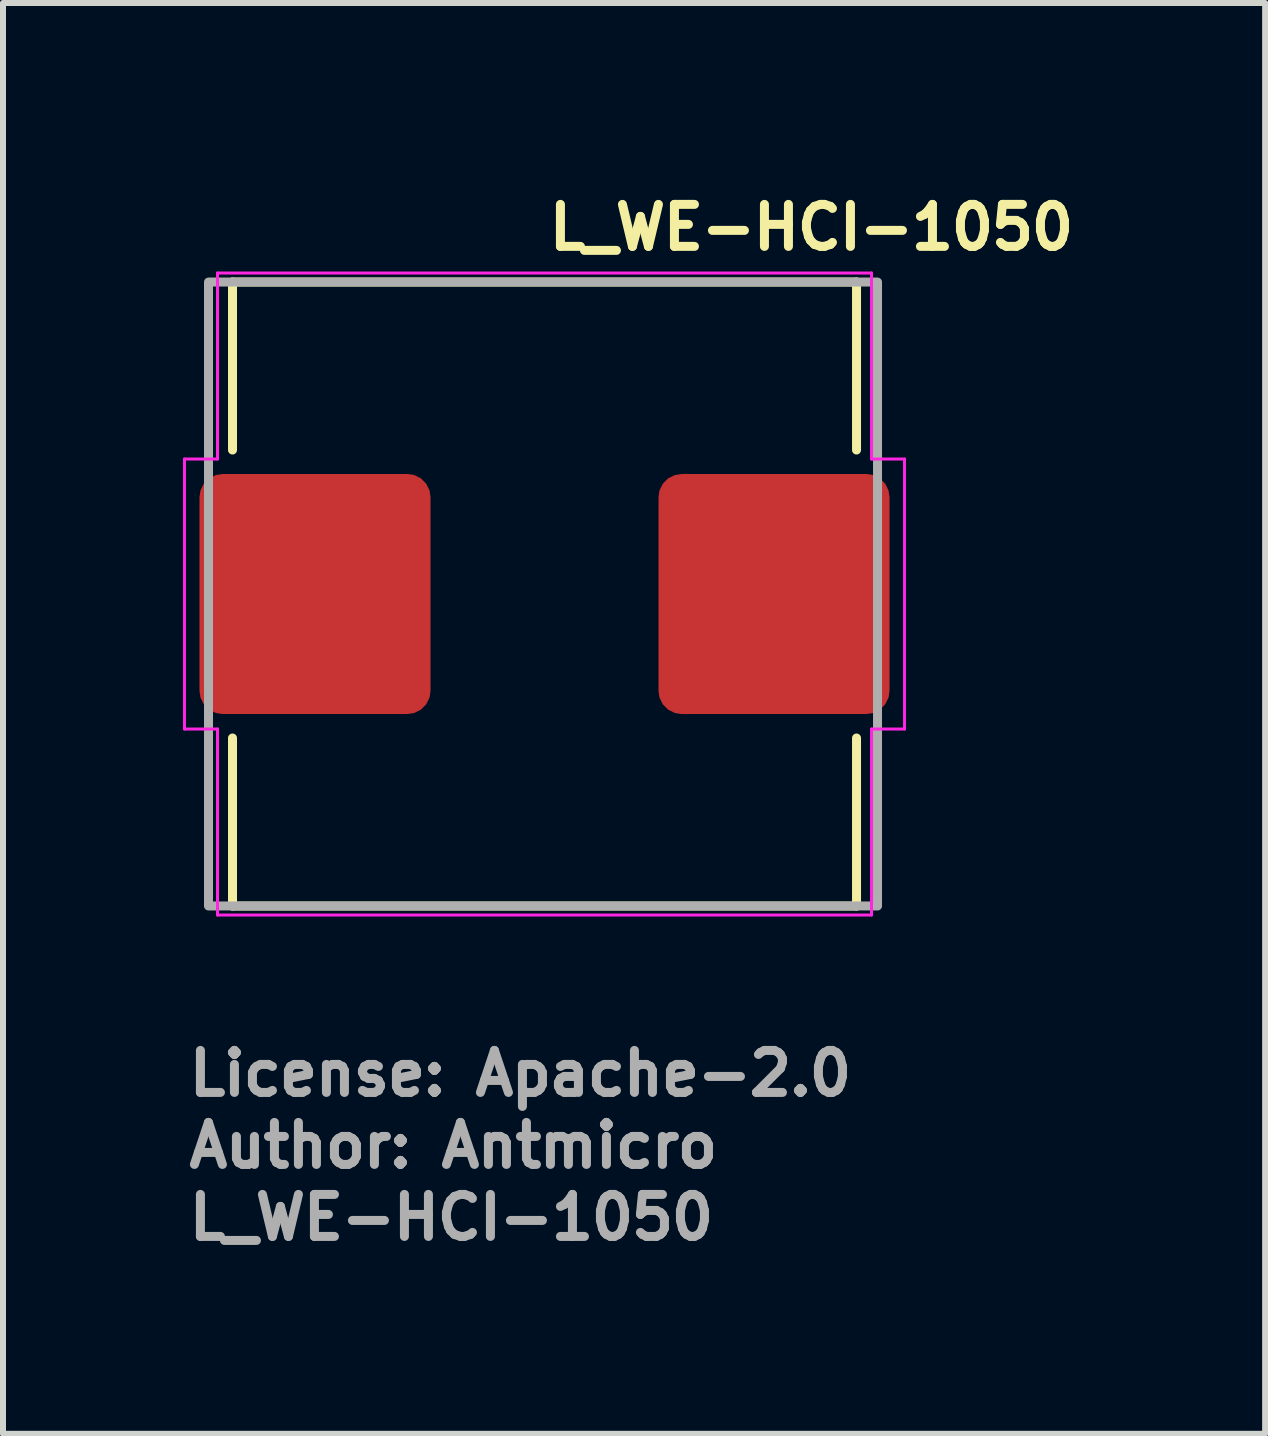
<source format=kicad_pcb>
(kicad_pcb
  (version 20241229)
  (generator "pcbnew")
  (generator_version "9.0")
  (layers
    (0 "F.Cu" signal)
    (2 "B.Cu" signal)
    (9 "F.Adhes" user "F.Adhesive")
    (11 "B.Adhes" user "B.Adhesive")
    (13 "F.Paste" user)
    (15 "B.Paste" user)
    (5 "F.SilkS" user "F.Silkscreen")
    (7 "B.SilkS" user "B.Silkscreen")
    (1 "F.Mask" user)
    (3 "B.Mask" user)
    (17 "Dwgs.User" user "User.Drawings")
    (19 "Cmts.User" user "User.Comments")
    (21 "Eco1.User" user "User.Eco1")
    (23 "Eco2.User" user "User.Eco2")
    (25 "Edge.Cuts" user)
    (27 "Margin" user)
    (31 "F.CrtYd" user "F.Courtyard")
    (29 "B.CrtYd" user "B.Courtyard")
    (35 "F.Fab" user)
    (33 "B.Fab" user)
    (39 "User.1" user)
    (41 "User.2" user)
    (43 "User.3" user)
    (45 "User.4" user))
  (footprint "L_WE-HCI-1050"
    (layer "F.Cu")
    (at 6.025 6.85)
    (property "Reference" "L_WE-HCI-1050" (at 0 -5.7 0) (layer "F.SilkS") (effects (font (size 0.7 0.7) (thickness 0.15)) (justify left bottom)))
    (attr smd)
    (fp_line (start -5.2 -5.2) (end 5.2 -5.2) (stroke (width 0.15) (type solid)) (layer "F.SilkS"))
    (fp_line (start -5.2 -2.4) (end -5.2 -5.2) (stroke (width 0.15) (type solid)) (layer "F.SilkS"))
    (fp_line (start -5.2 2.4) (end -5.2 5.2) (stroke (width 0.15) (type solid)) (layer "F.SilkS"))
    (fp_line (start -5.2 5.2) (end 5.2 5.2) (stroke (width 0.15) (type solid)) (layer "F.SilkS"))
    (fp_line (start 5.2 -5.2) (end 5.2 -2.4) (stroke (width 0.15) (type solid)) (layer "F.SilkS"))
    (fp_line (start 5.2 5.2) (end 5.2 2.4) (stroke (width 0.15) (type solid)) (layer "F.SilkS"))
    (fp_line (start -6 -2.25) (end -6 2.25) (stroke (width 0.05) (type solid)) (layer "F.CrtYd"))
    (fp_line (start -6 -2.25) (end -5.45 -2.25) (stroke (width 0.05) (type solid)) (layer "F.CrtYd"))
    (fp_line (start -6 2.25) (end -5.45 2.25) (stroke (width 0.05) (type solid)) (layer "F.CrtYd"))
    (fp_line (start -5.45 -5.35) (end -5.45 -2.25) (stroke (width 0.05) (type solid)) (layer "F.CrtYd"))
    (fp_line (start -5.45 2.25) (end -5.45 5.35) (stroke (width 0.05) (type solid)) (layer "F.CrtYd"))
    (fp_line (start -5.45 5.35) (end 5.45 5.35) (stroke (width 0.05) (type solid)) (layer "F.CrtYd"))
    (fp_line (start 5.45 -5.35) (end -5.45 -5.35) (stroke (width 0.05) (type solid)) (layer "F.CrtYd"))
    (fp_line (start 5.45 -5.35) (end 5.45 -2.25) (stroke (width 0.05) (type solid)) (layer "F.CrtYd"))
    (fp_line (start 5.45 -2.25) (end 6 -2.25) (stroke (width 0.05) (type solid)) (layer "F.CrtYd"))
    (fp_line (start 5.45 2.25) (end 5.45 5.35) (stroke (width 0.05) (type solid)) (layer "F.CrtYd"))
    (fp_line (start 5.45 2.25) (end 6 2.25) (stroke (width 0.05) (type solid)) (layer "F.CrtYd"))
    (fp_line (start 6 2.25) (end 6 -2.25) (stroke (width 0.05) (type solid)) (layer "F.CrtYd"))
    (fp_rect (start -5.6 -5.199) (end 5.55 5.199) (stroke (width 0.15) (type solid)) (fill no) (layer "F.Fab"))
    (fp_rect (start -5.6 -5.199) (end 5.55 5.199) (stroke (width 0.1) (type solid)) (fill no) (layer "User.5"))
    (fp_line (start -5.5 -1.1) (end -5.5 1.1) (stroke (width 0.02) (type solid)) (layer "User.9"))
    (fp_line (start -5.5 -1.1) (end -5.269 -1.1) (stroke (width 0.02) (type solid)) (layer "User.9"))
    (fp_line (start -5.5 1.1) (end -5.269 1.1) (stroke (width 0.02) (type solid)) (layer "User.9"))
    (fp_line (start -5.269 -1.1) (end -5.099 -1.1) (stroke (width 0.02) (type solid)) (layer "User.9"))
    (fp_line (start -5.269 1.1) (end -5.099 1.1) (stroke (width 0.02) (type solid)) (layer "User.9"))
    (fp_line (start -5.099 -4.624) (end -5.099 -4.6) (stroke (width 0.02) (type solid)) (layer "User.9"))
    (fp_line (start -5.099 -4.6) (end -5.099 -1.5) (stroke (width 0.02) (type solid)) (layer "User.9"))
    (fp_line (start -5.099 -4.6) (end -5.099 4.6) (stroke (width 0.02) (type solid)) (layer "User.9"))
    (fp_line (start -5.099 1.5) (end -5.099 4.6) (stroke (width 0.02) (type solid)) (layer "User.9"))
    (fp_line (start -5.099 4.6) (end -5.099 4.624) (stroke (width 0.02) (type solid)) (layer "User.9"))
    (fp_line (start -5.099 4.624) (end -5.097 4.649) (stroke (width 0.02) (type solid)) (layer "User.9"))
    (fp_line (start -5.097 -4.649) (end -5.099 -4.624) (stroke (width 0.02) (type solid)) (layer "User.9"))
    (fp_line (start -5.097 4.649) (end -5.094 4.673) (stroke (width 0.02) (type solid)) (layer "User.9"))
    (fp_line (start -5.094 -4.673) (end -5.097 -4.649) (stroke (width 0.02) (type solid)) (layer "User.9"))
    (fp_line (start -5.094 4.673) (end -5.09 4.698) (stroke (width 0.02) (type solid)) (layer "User.9"))
    (fp_line (start -5.09 -4.698) (end -5.094 -4.673) (stroke (width 0.02) (type solid)) (layer "User.9"))
    (fp_line (start -5.09 4.698) (end -5.084 4.721) (stroke (width 0.02) (type solid)) (layer "User.9"))
    (fp_line (start -5.084 -4.721) (end -5.09 -4.698) (stroke (width 0.02) (type solid)) (layer "User.9"))
    (fp_line (start -5.084 4.721) (end -5.078 4.745) (stroke (width 0.02) (type solid)) (layer "User.9"))
    (fp_line (start -5.078 -4.745) (end -5.084 -4.721) (stroke (width 0.02) (type solid)) (layer "User.9"))
    (fp_line (start -5.078 4.745) (end -5.07 4.768) (stroke (width 0.02) (type solid)) (layer "User.9"))
    (fp_line (start -5.07 -4.768) (end -5.078 -4.745) (stroke (width 0.02) (type solid)) (layer "User.9"))
    (fp_line (start -5.07 4.768) (end -5.061 4.791) (stroke (width 0.02) (type solid)) (layer "User.9"))
    (fp_line (start -5.061 -4.791) (end -5.07 -4.768) (stroke (width 0.02) (type solid)) (layer "User.9"))
    (fp_line (start -5.061 4.791) (end -5.052 4.813) (stroke (width 0.02) (type solid)) (layer "User.9"))
    (fp_line (start -5.052 -4.813) (end -5.061 -4.791) (stroke (width 0.02) (type solid)) (layer "User.9"))
    (fp_line (start -5.052 4.813) (end -5.041 4.835) (stroke (width 0.02) (type solid)) (layer "User.9"))
    (fp_line (start -5.041 -4.835) (end -5.052 -4.813) (stroke (width 0.02) (type solid)) (layer "User.9"))
    (fp_line (start -5.041 4.835) (end -5.029 4.856) (stroke (width 0.02) (type solid)) (layer "User.9"))
    (fp_line (start -5.029 -4.856) (end -5.041 -4.835) (stroke (width 0.02) (type solid)) (layer "User.9"))
    (fp_line (start -5.029 4.856) (end -5.015 4.877) (stroke (width 0.02) (type solid)) (layer "User.9"))
    (fp_line (start -5.015 -4.877) (end -5.029 -4.856) (stroke (width 0.02) (type solid)) (layer "User.9"))
    (fp_line (start -5.015 4.877) (end -5.001 4.897) (stroke (width 0.02) (type solid)) (layer "User.9"))
    (fp_line (start -5.001 -4.897) (end -5.015 -4.877) (stroke (width 0.02) (type solid)) (layer "User.9"))
    (fp_line (start -5.001 4.897) (end -4.986 4.916) (stroke (width 0.02) (type solid)) (layer "User.9"))
    (fp_line (start -4.986 -4.916) (end -5.001 -4.897) (stroke (width 0.02) (type solid)) (layer "User.9"))
    (fp_line (start -4.986 4.916) (end -4.97 4.935) (stroke (width 0.02) (type solid)) (layer "User.9"))
    (fp_line (start -4.97 -4.935) (end -4.986 -4.916) (stroke (width 0.02) (type solid)) (layer "User.9"))
    (fp_line (start -4.97 4.935) (end -4.953 4.953) (stroke (width 0.02) (type solid)) (layer "User.9"))
    (fp_line (start -4.953 -4.953) (end -4.97 -4.935) (stroke (width 0.02) (type solid)) (layer "User.9"))
    (fp_line (start -4.953 -4.953) (end -4.953 -4.953) (stroke (width 0.02) (type solid)) (layer "User.9"))
    (fp_line (start -4.953 4.953) (end -4.953 4.953) (stroke (width 0.02) (type solid)) (layer "User.9"))
    (fp_line (start -4.953 4.953) (end -4.935 4.97) (stroke (width 0.02) (type solid)) (layer "User.9"))
    (fp_line (start -4.935 -4.97) (end -4.953 -4.953) (stroke (width 0.02) (type solid)) (layer "User.9"))
    (fp_line (start -4.935 4.97) (end -4.916 4.986) (stroke (width 0.02) (type solid)) (layer "User.9"))
    (fp_line (start -4.916 -4.986) (end -4.935 -4.97) (stroke (width 0.02) (type solid)) (layer "User.9"))
    (fp_line (start -4.916 4.986) (end -4.897 5.001) (stroke (width 0.02) (type solid)) (layer "User.9"))
    (fp_line (start -4.897 -5.001) (end -4.916 -4.986) (stroke (width 0.02) (type solid)) (layer "User.9"))
    (fp_line (start -4.897 5.001) (end -4.877 5.015) (stroke (width 0.02) (type solid)) (layer "User.9"))
    (fp_line (start -4.877 -5.015) (end -4.897 -5.001) (stroke (width 0.02) (type solid)) (layer "User.9"))
    (fp_line (start -4.877 5.015) (end -4.856 5.029) (stroke (width 0.02) (type solid)) (layer "User.9"))
    (fp_line (start -4.856 -5.029) (end -4.877 -5.015) (stroke (width 0.02) (type solid)) (layer "User.9"))
    (fp_line (start -4.856 5.029) (end -4.835 5.041) (stroke (width 0.02) (type solid)) (layer "User.9"))
    (fp_line (start -4.835 -5.041) (end -4.856 -5.029) (stroke (width 0.02) (type solid)) (layer "User.9"))
    (fp_line (start -4.835 5.041) (end -4.813 5.052) (stroke (width 0.02) (type solid)) (layer "User.9"))
    (fp_line (start -4.813 -5.052) (end -4.835 -5.041) (stroke (width 0.02) (type solid)) (layer "User.9"))
    (fp_line (start -4.813 5.052) (end -4.791 5.061) (stroke (width 0.02) (type solid)) (layer "User.9"))
    (fp_line (start -4.791 -5.061) (end -4.813 -5.052) (stroke (width 0.02) (type solid)) (layer "User.9"))
    (fp_line (start -4.791 5.061) (end -4.768 5.07) (stroke (width 0.02) (type solid)) (layer "User.9"))
    (fp_line (start -4.768 -5.07) (end -4.791 -5.061) (stroke (width 0.02) (type solid)) (layer "User.9"))
    (fp_line (start -4.768 5.07) (end -4.745 5.078) (stroke (width 0.02) (type solid)) (layer "User.9"))
    (fp_line (start -4.745 -5.078) (end -4.768 -5.07) (stroke (width 0.02) (type solid)) (layer "User.9"))
    (fp_line (start -4.745 5.078) (end -4.721 5.084) (stroke (width 0.02) (type solid)) (layer "User.9"))
    (fp_line (start -4.721 -5.084) (end -4.745 -5.078) (stroke (width 0.02) (type solid)) (layer "User.9"))
    (fp_line (start -4.721 5.084) (end -4.698 5.09) (stroke (width 0.02) (type solid)) (layer "User.9"))
    (fp_line (start -4.698 -5.09) (end -4.721 -5.084) (stroke (width 0.02) (type solid)) (layer "User.9"))
    (fp_line (start -4.698 5.09) (end -4.673 5.094) (stroke (width 0.02) (type solid)) (layer "User.9"))
    (fp_line (start -4.673 -5.094) (end -4.698 -5.09) (stroke (width 0.02) (type solid)) (layer "User.9"))
    (fp_line (start -4.673 5.094) (end -4.649 5.097) (stroke (width 0.02) (type solid)) (layer "User.9"))
    (fp_line (start -4.649 -5.097) (end -4.673 -5.094) (stroke (width 0.02) (type solid)) (layer "User.9"))
    (fp_line (start -4.649 5.097) (end -4.624 5.099) (stroke (width 0.02) (type solid)) (layer "User.9"))
    (fp_line (start -4.624 -5.099) (end -4.649 -5.097) (stroke (width 0.02) (type solid)) (layer "User.9"))
    (fp_line (start -4.624 5.099) (end -4.6 5.099) (stroke (width 0.02) (type solid)) (layer "User.9"))
    (fp_line (start -4.6 -5.099) (end -4.624 -5.099) (stroke (width 0.02) (type solid)) (layer "User.9"))
    (fp_line (start -4.6 5.099) (end 4.6 5.099) (stroke (width 0.02) (type solid)) (layer "User.9"))
    (fp_line (start -4.6 5.099) (end 4.6 5.099) (stroke (width 0.02) (type solid)) (layer "User.9"))
    (fp_line (start 4.6 -5.099) (end -4.6 -5.099) (stroke (width 0.02) (type solid)) (layer "User.9"))
    (fp_line (start 4.6 -5.099) (end -4.6 -5.099) (stroke (width 0.02) (type solid)) (layer "User.9"))
    (fp_line (start 4.6 5.099) (end 4.624 5.099) (stroke (width 0.02) (type solid)) (layer "User.9"))
    (fp_line (start 4.624 -5.099) (end 4.6 -5.099) (stroke (width 0.02) (type solid)) (layer "User.9"))
    (fp_line (start 4.624 5.099) (end 4.649 5.097) (stroke (width 0.02) (type solid)) (layer "User.9"))
    (fp_line (start 4.649 -5.097) (end 4.624 -5.099) (stroke (width 0.02) (type solid)) (layer "User.9"))
    (fp_line (start 4.649 5.097) (end 4.673 5.094) (stroke (width 0.02) (type solid)) (layer "User.9"))
    (fp_line (start 4.673 -5.094) (end 4.649 -5.097) (stroke (width 0.02) (type solid)) (layer "User.9"))
    (fp_line (start 4.673 5.094) (end 4.698 5.09) (stroke (width 0.02) (type solid)) (layer "User.9"))
    (fp_line (start 4.698 -5.09) (end 4.673 -5.094) (stroke (width 0.02) (type solid)) (layer "User.9"))
    (fp_line (start 4.698 5.09) (end 4.721 5.084) (stroke (width 0.02) (type solid)) (layer "User.9"))
    (fp_line (start 4.721 -5.084) (end 4.698 -5.09) (stroke (width 0.02) (type solid)) (layer "User.9"))
    (fp_line (start 4.721 5.084) (end 4.745 5.078) (stroke (width 0.02) (type solid)) (layer "User.9"))
    (fp_line (start 4.745 -5.078) (end 4.721 -5.084) (stroke (width 0.02) (type solid)) (layer "User.9"))
    (fp_line (start 4.745 5.078) (end 4.768 5.07) (stroke (width 0.02) (type solid)) (layer "User.9"))
    (fp_line (start 4.768 -5.07) (end 4.745 -5.078) (stroke (width 0.02) (type solid)) (layer "User.9"))
    (fp_line (start 4.768 5.07) (end 4.791 5.061) (stroke (width 0.02) (type solid)) (layer "User.9"))
    (fp_line (start 4.791 -5.061) (end 4.768 -5.07) (stroke (width 0.02) (type solid)) (layer "User.9"))
    (fp_line (start 4.791 5.061) (end 4.813 5.052) (stroke (width 0.02) (type solid)) (layer "User.9"))
    (fp_line (start 4.813 -5.052) (end 4.791 -5.061) (stroke (width 0.02) (type solid)) (layer "User.9"))
    (fp_line (start 4.813 5.052) (end 4.835 5.041) (stroke (width 0.02) (type solid)) (layer "User.9"))
    (fp_line (start 4.835 -5.041) (end 4.813 -5.052) (stroke (width 0.02) (type solid)) (layer "User.9"))
    (fp_line (start 4.835 5.041) (end 4.856 5.029) (stroke (width 0.02) (type solid)) (layer "User.9"))
    (fp_line (start 4.856 -5.029) (end 4.835 -5.041) (stroke (width 0.02) (type solid)) (layer "User.9"))
    (fp_line (start 4.856 5.029) (end 4.877 5.015) (stroke (width 0.02) (type solid)) (layer "User.9"))
    (fp_line (start 4.877 -5.015) (end 4.856 -5.029) (stroke (width 0.02) (type solid)) (layer "User.9"))
    (fp_line (start 4.877 5.015) (end 4.897 5.001) (stroke (width 0.02) (type solid)) (layer "User.9"))
    (fp_line (start 4.897 -5.001) (end 4.877 -5.015) (stroke (width 0.02) (type solid)) (layer "User.9"))
    (fp_line (start 4.897 5.001) (end 4.916 4.986) (stroke (width 0.02) (type solid)) (layer "User.9"))
    (fp_line (start 4.916 -4.986) (end 4.897 -5.001) (stroke (width 0.02) (type solid)) (layer "User.9"))
    (fp_line (start 4.916 4.986) (end 4.935 4.97) (stroke (width 0.02) (type solid)) (layer "User.9"))
    (fp_line (start 4.935 -4.97) (end 4.916 -4.986) (stroke (width 0.02) (type solid)) (layer "User.9"))
    (fp_line (start 4.935 4.97) (end 4.953 4.953) (stroke (width 0.02) (type solid)) (layer "User.9"))
    (fp_line (start 4.953 -4.953) (end 4.935 -4.97) (stroke (width 0.02) (type solid)) (layer "User.9"))
    (fp_line (start 4.953 -4.953) (end 4.953 -4.953) (stroke (width 0.02) (type solid)) (layer "User.9"))
    (fp_line (start 4.953 4.953) (end 4.953 4.953) (stroke (width 0.02) (type solid)) (layer "User.9"))
    (fp_line (start 4.953 4.953) (end 4.97 4.935) (stroke (width 0.02) (type solid)) (layer "User.9"))
    (fp_line (start 4.97 -4.935) (end 4.953 -4.953) (stroke (width 0.02) (type solid)) (layer "User.9"))
    (fp_line (start 4.97 4.935) (end 4.986 4.916) (stroke (width 0.02) (type solid)) (layer "User.9"))
    (fp_line (start 4.986 -4.916) (end 4.97 -4.935) (stroke (width 0.02) (type solid)) (layer "User.9"))
    (fp_line (start 4.986 4.916) (end 5.001 4.897) (stroke (width 0.02) (type solid)) (layer "User.9"))
    (fp_line (start 5.001 -4.897) (end 4.986 -4.916) (stroke (width 0.02) (type solid)) (layer "User.9"))
    (fp_line (start 5.001 4.897) (end 5.015 4.877) (stroke (width 0.02) (type solid)) (layer "User.9"))
    (fp_line (start 5.015 -4.877) (end 5.001 -4.897) (stroke (width 0.02) (type solid)) (layer "User.9"))
    (fp_line (start 5.015 4.877) (end 5.029 4.856) (stroke (width 0.02) (type solid)) (layer "User.9"))
    (fp_line (start 5.029 -4.856) (end 5.015 -4.877) (stroke (width 0.02) (type solid)) (layer "User.9"))
    (fp_line (start 5.029 4.856) (end 5.041 4.835) (stroke (width 0.02) (type solid)) (layer "User.9"))
    (fp_line (start 5.041 -4.835) (end 5.029 -4.856) (stroke (width 0.02) (type solid)) (layer "User.9"))
    (fp_line (start 5.041 4.835) (end 5.052 4.813) (stroke (width 0.02) (type solid)) (layer "User.9"))
    (fp_line (start 5.052 -4.813) (end 5.041 -4.835) (stroke (width 0.02) (type solid)) (layer "User.9"))
    (fp_line (start 5.052 4.813) (end 5.061 4.791) (stroke (width 0.02) (type solid)) (layer "User.9"))
    (fp_line (start 5.061 -4.791) (end 5.052 -4.813) (stroke (width 0.02) (type solid)) (layer "User.9"))
    (fp_line (start 5.061 4.791) (end 5.07 4.768) (stroke (width 0.02) (type solid)) (layer "User.9"))
    (fp_line (start 5.07 -4.768) (end 5.061 -4.791) (stroke (width 0.02) (type solid)) (layer "User.9"))
    (fp_line (start 5.07 4.768) (end 5.078 4.745) (stroke (width 0.02) (type solid)) (layer "User.9"))
    (fp_line (start 5.078 -4.745) (end 5.07 -4.768) (stroke (width 0.02) (type solid)) (layer "User.9"))
    (fp_line (start 5.078 4.745) (end 5.084 4.721) (stroke (width 0.02) (type solid)) (layer "User.9"))
    (fp_line (start 5.084 -4.721) (end 5.078 -4.745) (stroke (width 0.02) (type solid)) (layer "User.9"))
    (fp_line (start 5.084 4.721) (end 5.09 4.698) (stroke (width 0.02) (type solid)) (layer "User.9"))
    (fp_line (start 5.09 -4.698) (end 5.084 -4.721) (stroke (width 0.02) (type solid)) (layer "User.9"))
    (fp_line (start 5.09 4.698) (end 5.094 4.673) (stroke (width 0.02) (type solid)) (layer "User.9"))
    (fp_line (start 5.094 -4.673) (end 5.09 -4.698) (stroke (width 0.02) (type solid)) (layer "User.9"))
    (fp_line (start 5.094 4.673) (end 5.097 4.649) (stroke (width 0.02) (type solid)) (layer "User.9"))
    (fp_line (start 5.097 -4.649) (end 5.094 -4.673) (stroke (width 0.02) (type solid)) (layer "User.9"))
    (fp_line (start 5.097 4.649) (end 5.099 4.624) (stroke (width 0.02) (type solid)) (layer "User.9"))
    (fp_line (start 5.099 -4.624) (end 5.097 -4.649) (stroke (width 0.02) (type solid)) (layer "User.9"))
    (fp_line (start 5.099 -4.6) (end 5.099 -4.624) (stroke (width 0.02) (type solid)) (layer "User.9"))
    (fp_line (start 5.099 -1.5) (end 5.099 -4.6) (stroke (width 0.02) (type solid)) (layer "User.9"))
    (fp_line (start 5.099 4.6) (end 5.099 -4.6) (stroke (width 0.02) (type solid)) (layer "User.9"))
    (fp_line (start 5.099 4.6) (end 5.099 1.5) (stroke (width 0.02) (type solid)) (layer "User.9"))
    (fp_line (start 5.099 4.624) (end 5.099 4.6) (stroke (width 0.02) (type solid)) (layer "User.9"))
    (fp_line (start 5.269 -1.1) (end 5.099 -1.1) (stroke (width 0.02) (type solid)) (layer "User.9"))
    (fp_line (start 5.269 -1.1) (end 5.5 -1.1) (stroke (width 0.02) (type solid)) (layer "User.9"))
    (fp_line (start 5.269 1.1) (end 5.099 1.1) (stroke (width 0.02) (type solid)) (layer "User.9"))
    (fp_line (start 5.269 1.1) (end 5.5 1.1) (stroke (width 0.02) (type solid)) (layer "User.9"))
    (fp_line (start 5.5 1.1) (end 5.5 -1.1) (stroke (width 0.02) (type solid)) (layer "User.9"))
    (fp_text user "License: Apache-2.0" (at -6 8.4 0) (layer "F.Fab") (effects (font (size 0.7 0.7) (thickness 0.15)) (justify left bottom)))
    (fp_text user "${REFERENCE}" (at -6 10.8 0) (layer "F.Fab") (effects (font (size 0.7 0.7) (thickness 0.15)) (justify left bottom)))
    (fp_text user "Author: Antmicro" (at -6 9.6 0) (layer "F.Fab") (effects (font (size 0.7 0.7) (thickness 0.15)) (justify left bottom)))
    (pad "1" smd roundrect (at -3.825 0) (size 3.85 4) (layers "F.Cu" "F.Mask" "F.Paste") (roundrect_rratio 0.1))
    (pad "2" smd roundrect (at 3.825 0) (size 3.85 4) (layers "F.Cu" "F.Mask" "F.Paste") (roundrect_rratio 0.1)))
  (gr_rect
    (start -3 -3)
    (end 18.035 20.846)
    (stroke (width 0.1) (type default))
    (fill no)
    (layer "Edge.Cuts")))
</source>
